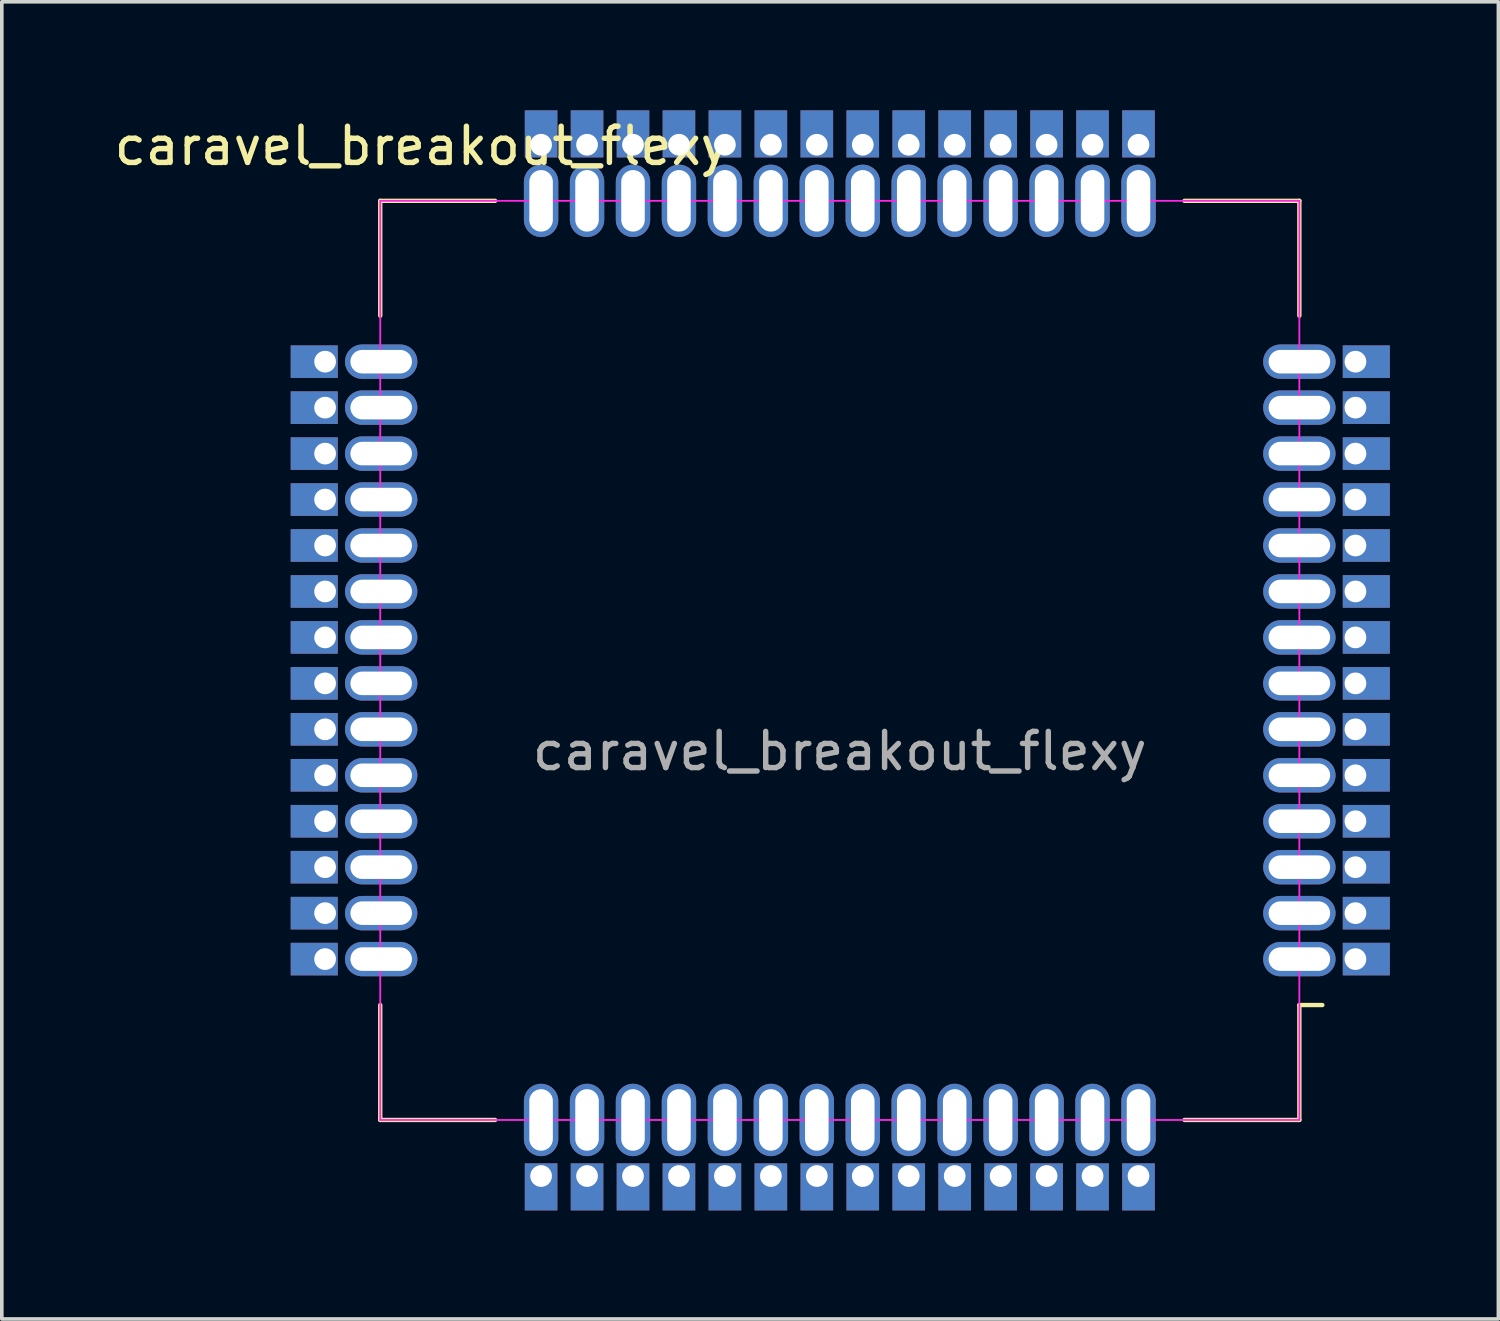
<source format=kicad_pcb>
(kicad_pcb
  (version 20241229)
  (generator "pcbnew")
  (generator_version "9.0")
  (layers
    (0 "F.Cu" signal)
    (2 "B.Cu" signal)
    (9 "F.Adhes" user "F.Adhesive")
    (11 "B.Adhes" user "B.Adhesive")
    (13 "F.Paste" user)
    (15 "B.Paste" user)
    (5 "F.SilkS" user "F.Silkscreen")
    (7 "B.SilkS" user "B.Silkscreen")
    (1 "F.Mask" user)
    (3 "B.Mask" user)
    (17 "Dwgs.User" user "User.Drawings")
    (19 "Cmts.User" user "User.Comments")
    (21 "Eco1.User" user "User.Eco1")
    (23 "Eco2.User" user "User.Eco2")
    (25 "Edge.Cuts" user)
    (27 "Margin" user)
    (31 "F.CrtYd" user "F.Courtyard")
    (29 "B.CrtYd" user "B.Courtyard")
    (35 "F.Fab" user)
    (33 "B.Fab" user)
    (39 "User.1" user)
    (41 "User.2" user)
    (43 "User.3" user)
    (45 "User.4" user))
  (footprint "caravel_breakout_flexy"
    (layer "F.Cu")
    (at 20.158 15.207)
    (property "Reference" "caravel_breakout_flexy" (at -11.557 -14.224 0) (unlocked yes) (layer "F.SilkS") (effects (font (size 1 1) (thickness 0.15))))
    (attr smd)
    (fp_line (start -12.7 -12.707) (end -9.525 -12.707) (stroke (width 0.12) (type solid)) (layer "F.SilkS"))
    (fp_line (start -12.7 -9.532) (end -12.7 -12.707) (stroke (width 0.12) (type solid)) (layer "F.SilkS"))
    (fp_line (start -12.7 9.518) (end -12.7 12.693) (stroke (width 0.12) (type solid)) (layer "F.SilkS"))
    (fp_line (start -12.7 12.693) (end -9.525 12.693) (stroke (width 0.12) (type solid)) (layer "F.SilkS"))
    (fp_line (start 9.525 -12.707) (end 12.7 -12.707) (stroke (width 0.12) (type solid)) (layer "F.SilkS"))
    (fp_line (start 9.525 12.693) (end 12.7 12.693) (stroke (width 0.12) (type solid)) (layer "F.SilkS"))
    (fp_line (start 12.7 -12.707) (end 12.7 -9.532) (stroke (width 0.12) (type solid)) (layer "F.SilkS"))
    (fp_line (start 12.7 9.518) (end 13.335 9.518) (stroke (width 0.12) (type solid)) (layer "F.SilkS"))
    (fp_line (start 12.7 12.693) (end 12.7 9.518) (stroke (width 0.12) (type solid)) (layer "F.SilkS"))
    (fp_line (start -12.7 -12.707) (end 12.7 -12.707) (stroke (width 0.05) (type solid)) (layer "F.CrtYd"))
    (fp_line (start -12.7 12.693) (end -12.7 -12.707) (stroke (width 0.05) (type solid)) (layer "F.CrtYd"))
    (fp_line (start -12.7 12.693) (end 12.7 12.693) (stroke (width 0.05) (type solid)) (layer "F.CrtYd"))
    (fp_line (start 12.7 12.693) (end 12.7 -12.707) (stroke (width 0.05) (type solid)) (layer "F.CrtYd"))
    (fp_text user "${REFERENCE}" (at 0 2.5 0) (unlocked yes) (layer "F.Fab") (effects (font (size 1 1) (thickness 0.15))))
    (pad "1" thru_hole oval (at 12.7 8.248 180) (size 2 0.95) (drill oval 1.7 0.65) (layers "*.Cu" "*.Mask"))
    (pad "1" thru_hole rect (at 14.25 8.248 180) (size 1.3 0.9) (drill 0.6 (offset -0.3 0)) (layers "*.Cu" "*.Mask"))
    (pad "2" thru_hole oval (at 12.7 6.978 180) (size 2 0.95) (drill oval 1.7 0.65) (layers "*.Cu" "*.Mask"))
    (pad "2" thru_hole rect (at 14.25 6.978 180) (size 1.3 0.9) (drill 0.6 (offset -0.3 0)) (layers "*.Cu" "*.Mask"))
    (pad "3" thru_hole oval (at 12.7 5.708 180) (size 2 0.95) (drill oval 1.7 0.65) (layers "*.Cu" "*.Mask"))
    (pad "3" thru_hole rect (at 14.25 5.708 180) (size 1.3 0.9) (drill 0.6 (offset -0.3 0)) (layers "*.Cu" "*.Mask"))
    (pad "4" thru_hole oval (at 12.7 4.438 180) (size 2 0.95) (drill oval 1.7 0.65) (layers "*.Cu" "*.Mask"))
    (pad "4" thru_hole rect (at 14.25 4.438 180) (size 1.3 0.9) (drill 0.6 (offset -0.3 0)) (layers "*.Cu" "*.Mask"))
    (pad "5" thru_hole oval (at 12.7 3.168 180) (size 2 0.95) (drill oval 1.7 0.65) (layers "*.Cu" "*.Mask"))
    (pad "5" thru_hole rect (at 14.25 3.168 180) (size 1.3 0.9) (drill 0.6 (offset -0.3 0)) (layers "*.Cu" "*.Mask"))
    (pad "6" thru_hole oval (at 12.7 1.898 180) (size 2 0.95) (drill oval 1.7 0.65) (layers "*.Cu" "*.Mask"))
    (pad "6" thru_hole rect (at 14.25 1.898 180) (size 1.3 0.9) (drill 0.6 (offset -0.3 0)) (layers "*.Cu" "*.Mask"))
    (pad "7" thru_hole oval (at 12.7 0.628 180) (size 2 0.95) (drill oval 1.7 0.65) (layers "*.Cu" "*.Mask"))
    (pad "7" thru_hole rect (at 14.25 0.628 180) (size 1.3 0.9) (drill 0.6 (offset -0.3 0)) (layers "*.Cu" "*.Mask"))
    (pad "8" thru_hole oval (at 12.7 -0.642 180) (size 2 0.95) (drill oval 1.7 0.65) (layers "*.Cu" "*.Mask"))
    (pad "8" thru_hole rect (at 14.25 -0.642 180) (size 1.3 0.9) (drill 0.6 (offset -0.3 0)) (layers "*.Cu" "*.Mask"))
    (pad "9" thru_hole oval (at 12.7 -1.912 180) (size 2 0.95) (drill oval 1.7 0.65) (layers "*.Cu" "*.Mask"))
    (pad "9" thru_hole rect (at 14.25 -1.912 180) (size 1.3 0.9) (drill 0.6 (offset -0.3 0)) (layers "*.Cu" "*.Mask"))
    (pad "10" thru_hole oval (at 12.7 -3.182 180) (size 2 0.95) (drill oval 1.7 0.65) (layers "*.Cu" "*.Mask"))
    (pad "10" thru_hole rect (at 14.25 -3.182 180) (size 1.3 0.9) (drill 0.6 (offset -0.3 0)) (layers "*.Cu" "*.Mask"))
    (pad "11" thru_hole oval (at 12.7 -4.452 180) (size 2 0.95) (drill oval 1.7 0.65) (layers "*.Cu" "*.Mask"))
    (pad "11" thru_hole rect (at 14.25 -4.452 180) (size 1.3 0.9) (drill 0.6 (offset -0.3 0)) (layers "*.Cu" "*.Mask"))
    (pad "12" thru_hole oval (at 12.7 -5.722 180) (size 2 0.95) (drill oval 1.7 0.65) (layers "*.Cu" "*.Mask"))
    (pad "12" thru_hole rect (at 14.25 -5.722 180) (size 1.3 0.9) (drill 0.6 (offset -0.3 0)) (layers "*.Cu" "*.Mask"))
    (pad "13" thru_hole oval (at 12.7 -6.992 180) (size 2 0.95) (drill oval 1.7 0.65) (layers "*.Cu" "*.Mask"))
    (pad "13" thru_hole rect (at 14.25 -6.992 180) (size 1.3 0.9) (drill 0.6 (offset -0.3 0)) (layers "*.Cu" "*.Mask"))
    (pad "14" thru_hole oval (at 12.7 -8.262 180) (size 2 0.95) (drill oval 1.7 0.65) (layers "*.Cu" "*.Mask"))
    (pad "14" thru_hole rect (at 14.25 -8.262 180) (size 1.3 0.9) (drill 0.6 (offset -0.3 0)) (layers "*.Cu" "*.Mask"))
    (pad "15" thru_hole rect (at 8.255 -14.257 270) (size 1.3 0.9) (drill 0.6 (offset -0.3 0)) (layers "*.Cu" "*.Mask"))
    (pad "15" thru_hole oval (at 8.255 -12.707 270) (size 2 0.95) (drill oval 1.7 0.65) (layers "*.Cu" "*.Mask"))
    (pad "16" thru_hole rect (at 6.985 -14.257 270) (size 1.3 0.9) (drill 0.6 (offset -0.3 0)) (layers "*.Cu" "*.Mask"))
    (pad "16" thru_hole oval (at 6.985 -12.707 270) (size 2 0.95) (drill oval 1.7 0.65) (layers "*.Cu" "*.Mask"))
    (pad "17" thru_hole rect (at 5.715 -14.257 270) (size 1.3 0.9) (drill 0.6 (offset -0.3 0)) (layers "*.Cu" "*.Mask"))
    (pad "17" thru_hole oval (at 5.715 -12.707 270) (size 2 0.95) (drill oval 1.7 0.65) (layers "*.Cu" "*.Mask"))
    (pad "18" thru_hole rect (at 4.445 -14.257 270) (size 1.3 0.9) (drill 0.6 (offset -0.3 0)) (layers "*.Cu" "*.Mask"))
    (pad "18" thru_hole oval (at 4.445 -12.707 270) (size 2 0.95) (drill oval 1.7 0.65) (layers "*.Cu" "*.Mask"))
    (pad "19" thru_hole rect (at 3.175 -14.257 270) (size 1.3 0.9) (drill 0.6 (offset -0.3 0)) (layers "*.Cu" "*.Mask"))
    (pad "19" thru_hole oval (at 3.175 -12.707 270) (size 2 0.95) (drill oval 1.7 0.65) (layers "*.Cu" "*.Mask"))
    (pad "20" thru_hole rect (at 1.905 -14.257 270) (size 1.3 0.9) (drill 0.6 (offset -0.3 0)) (layers "*.Cu" "*.Mask"))
    (pad "20" thru_hole oval (at 1.905 -12.707 270) (size 2 0.95) (drill oval 1.7 0.65) (layers "*.Cu" "*.Mask"))
    (pad "21" thru_hole rect (at 0.635 -14.257 270) (size 1.3 0.9) (drill 0.6 (offset -0.3 0)) (layers "*.Cu" "*.Mask"))
    (pad "21" thru_hole oval (at 0.635 -12.707 270) (size 2 0.95) (drill oval 1.7 0.65) (layers "*.Cu" "*.Mask"))
    (pad "22" thru_hole rect (at -0.635 -14.257 270) (size 1.3 0.9) (drill 0.6 (offset -0.3 0)) (layers "*.Cu" "*.Mask"))
    (pad "22" thru_hole oval (at -0.635 -12.707 270) (size 2 0.95) (drill oval 1.7 0.65) (layers "*.Cu" "*.Mask"))
    (pad "23" thru_hole rect (at -1.905 -14.257 270) (size 1.3 0.9) (drill 0.6 (offset -0.3 0)) (layers "*.Cu" "*.Mask"))
    (pad "23" thru_hole oval (at -1.905 -12.707 270) (size 2 0.95) (drill oval 1.7 0.65) (layers "*.Cu" "*.Mask"))
    (pad "24" thru_hole rect (at -3.175 -14.257 270) (size 1.3 0.9) (drill 0.6 (offset -0.3 0)) (layers "*.Cu" "*.Mask"))
    (pad "24" thru_hole oval (at -3.175 -12.707 270) (size 2 0.95) (drill oval 1.7 0.65) (layers "*.Cu" "*.Mask"))
    (pad "25" thru_hole rect (at -4.445 -14.257 270) (size 1.3 0.9) (drill 0.6 (offset -0.3 0)) (layers "*.Cu" "*.Mask"))
    (pad "25" thru_hole oval (at -4.445 -12.707 270) (size 2 0.95) (drill oval 1.7 0.65) (layers "*.Cu" "*.Mask"))
    (pad "26" thru_hole rect (at -5.715 -14.257 270) (size 1.3 0.9) (drill 0.6 (offset -0.3 0)) (layers "*.Cu" "*.Mask"))
    (pad "26" thru_hole oval (at -5.715 -12.707 270) (size 2 0.95) (drill oval 1.7 0.65) (layers "*.Cu" "*.Mask"))
    (pad "27" thru_hole rect (at -6.985 -14.257 270) (size 1.3 0.9) (drill 0.6 (offset -0.3 0)) (layers "*.Cu" "*.Mask"))
    (pad "27" thru_hole oval (at -6.985 -12.707 270) (size 2 0.95) (drill oval 1.7 0.65) (layers "*.Cu" "*.Mask"))
    (pad "28" thru_hole rect (at -8.255 -14.257 270) (size 1.3 0.9) (drill 0.6 (offset -0.3 0)) (layers "*.Cu" "*.Mask"))
    (pad "28" thru_hole oval (at -8.255 -12.707 270) (size 2 0.95) (drill oval 1.7 0.65) (layers "*.Cu" "*.Mask"))
    (pad "29" thru_hole rect (at -14.224 -8.262) (size 1.3 0.9) (drill 0.6 (offset -0.3 0)) (layers "*.Cu" "*.Mask"))
    (pad "29" thru_hole oval (at -12.674 -8.262) (size 2 0.95) (drill oval 1.7 0.65) (layers "*.Cu" "*.Mask"))
    (pad "30" thru_hole rect (at -14.224 -6.992) (size 1.3 0.9) (drill 0.6 (offset -0.3 0)) (layers "*.Cu" "*.Mask"))
    (pad "30" thru_hole oval (at -12.674 -6.992) (size 2 0.95) (drill oval 1.7 0.65) (layers "*.Cu" "*.Mask"))
    (pad "31" thru_hole rect (at -14.224 -5.722) (size 1.3 0.9) (drill 0.6 (offset -0.3 0)) (layers "*.Cu" "*.Mask"))
    (pad "31" thru_hole oval (at -12.674 -5.722) (size 2 0.95) (drill oval 1.7 0.65) (layers "*.Cu" "*.Mask"))
    (pad "32" thru_hole rect (at -14.224 -4.452) (size 1.3 0.9) (drill 0.6 (offset -0.3 0)) (layers "*.Cu" "*.Mask"))
    (pad "32" thru_hole oval (at -12.674 -4.452) (size 2 0.95) (drill oval 1.7 0.65) (layers "*.Cu" "*.Mask"))
    (pad "33" thru_hole rect (at -14.224 -3.182) (size 1.3 0.9) (drill 0.6 (offset -0.3 0)) (layers "*.Cu" "*.Mask"))
    (pad "33" thru_hole oval (at -12.674 -3.182) (size 2 0.95) (drill oval 1.7 0.65) (layers "*.Cu" "*.Mask"))
    (pad "34" thru_hole rect (at -14.224 -1.912) (size 1.3 0.9) (drill 0.6 (offset -0.3 0)) (layers "*.Cu" "*.Mask"))
    (pad "34" thru_hole oval (at -12.674 -1.912) (size 2 0.95) (drill oval 1.7 0.65) (layers "*.Cu" "*.Mask"))
    (pad "35" thru_hole rect (at -14.224 -0.642) (size 1.3 0.9) (drill 0.6 (offset -0.3 0)) (layers "*.Cu" "*.Mask"))
    (pad "35" thru_hole oval (at -12.674 -0.642) (size 2 0.95) (drill oval 1.7 0.65) (layers "*.Cu" "*.Mask"))
    (pad "36" thru_hole rect (at -14.224 0.628) (size 1.3 0.9) (drill 0.6 (offset -0.3 0)) (layers "*.Cu" "*.Mask"))
    (pad "36" thru_hole oval (at -12.674 0.628) (size 2 0.95) (drill oval 1.7 0.65) (layers "*.Cu" "*.Mask"))
    (pad "37" thru_hole rect (at -14.224 1.898) (size 1.3 0.9) (drill 0.6 (offset -0.3 0)) (layers "*.Cu" "*.Mask"))
    (pad "37" thru_hole oval (at -12.674 1.898) (size 2 0.95) (drill oval 1.7 0.65) (layers "*.Cu" "*.Mask"))
    (pad "38" thru_hole rect (at -14.224 3.168) (size 1.3 0.9) (drill 0.6 (offset -0.3 0)) (layers "*.Cu" "*.Mask"))
    (pad "38" thru_hole oval (at -12.674 3.168) (size 2 0.95) (drill oval 1.7 0.65) (layers "*.Cu" "*.Mask"))
    (pad "39" thru_hole rect (at -14.224 4.438) (size 1.3 0.9) (drill 0.6 (offset -0.3 0)) (layers "*.Cu" "*.Mask"))
    (pad "39" thru_hole oval (at -12.674 4.438) (size 2 0.95) (drill oval 1.7 0.65) (layers "*.Cu" "*.Mask"))
    (pad "40" thru_hole rect (at -14.224 5.708) (size 1.3 0.9) (drill 0.6 (offset -0.3 0)) (layers "*.Cu" "*.Mask"))
    (pad "40" thru_hole oval (at -12.674 5.708) (size 2 0.95) (drill oval 1.7 0.65) (layers "*.Cu" "*.Mask"))
    (pad "41" thru_hole rect (at -14.224 6.978) (size 1.3 0.9) (drill 0.6 (offset -0.3 0)) (layers "*.Cu" "*.Mask"))
    (pad "41" thru_hole oval (at -12.674 6.978) (size 2 0.95) (drill oval 1.7 0.65) (layers "*.Cu" "*.Mask"))
    (pad "42" thru_hole rect (at -14.224 8.248) (size 1.3 0.9) (drill 0.6 (offset -0.3 0)) (layers "*.Cu" "*.Mask"))
    (pad "42" thru_hole oval (at -12.674 8.248) (size 2 0.95) (drill oval 1.7 0.65) (layers "*.Cu" "*.Mask"))
    (pad "43" thru_hole oval (at -8.255 12.693 90) (size 2 0.95) (drill oval 1.7 0.65) (layers "*.Cu" "*.Mask"))
    (pad "43" thru_hole rect (at -8.255 14.243 90) (size 1.3 0.9) (drill 0.6 (offset -0.3 0)) (layers "*.Cu" "*.Mask"))
    (pad "44" thru_hole oval (at -6.985 12.693 90) (size 2 0.95) (drill oval 1.7 0.65) (layers "*.Cu" "*.Mask"))
    (pad "44" thru_hole rect (at -6.985 14.243 90) (size 1.3 0.9) (drill 0.6 (offset -0.3 0)) (layers "*.Cu" "*.Mask"))
    (pad "45" thru_hole oval (at -5.715 12.693 90) (size 2 0.95) (drill oval 1.7 0.65) (layers "*.Cu" "*.Mask"))
    (pad "45" thru_hole rect (at -5.715 14.243 90) (size 1.3 0.9) (drill 0.6 (offset -0.3 0)) (layers "*.Cu" "*.Mask"))
    (pad "46" thru_hole oval (at -4.445 12.693 90) (size 2 0.95) (drill oval 1.7 0.65) (layers "*.Cu" "*.Mask"))
    (pad "46" thru_hole rect (at -4.445 14.243 90) (size 1.3 0.9) (drill 0.6 (offset -0.3 0)) (layers "*.Cu" "*.Mask"))
    (pad "47" thru_hole oval (at -3.175 12.693 90) (size 2 0.95) (drill oval 1.7 0.65) (layers "*.Cu" "*.Mask"))
    (pad "47" thru_hole rect (at -3.175 14.243 90) (size 1.3 0.9) (drill 0.6 (offset -0.3 0)) (layers "*.Cu" "*.Mask"))
    (pad "48" thru_hole oval (at -1.905 12.693 90) (size 2 0.95) (drill oval 1.7 0.65) (layers "*.Cu" "*.Mask"))
    (pad "48" thru_hole rect (at -1.905 14.243 90) (size 1.3 0.9) (drill 0.6 (offset -0.3 0)) (layers "*.Cu" "*.Mask"))
    (pad "49" thru_hole oval (at -0.635 12.693 90) (size 2 0.95) (drill oval 1.7 0.65) (layers "*.Cu" "*.Mask"))
    (pad "49" thru_hole rect (at -0.635 14.243 90) (size 1.3 0.9) (drill 0.6 (offset -0.3 0)) (layers "*.Cu" "*.Mask"))
    (pad "50" thru_hole oval (at 0.635 12.693 90) (size 2 0.95) (drill oval 1.7 0.65) (layers "*.Cu" "*.Mask"))
    (pad "50" thru_hole rect (at 0.635 14.243 90) (size 1.3 0.9) (drill 0.6 (offset -0.3 0)) (layers "*.Cu" "*.Mask"))
    (pad "51" thru_hole oval (at 1.905 12.693 90) (size 2 0.95) (drill oval 1.7 0.65) (layers "*.Cu" "*.Mask"))
    (pad "51" thru_hole rect (at 1.905 14.243 90) (size 1.3 0.9) (drill 0.6 (offset -0.3 0)) (layers "*.Cu" "*.Mask"))
    (pad "52" thru_hole oval (at 3.175 12.693 90) (size 2 0.95) (drill oval 1.7 0.65) (layers "*.Cu" "*.Mask"))
    (pad "52" thru_hole rect (at 3.175 14.243 90) (size 1.3 0.9) (drill 0.6 (offset -0.3 0)) (layers "*.Cu" "*.Mask"))
    (pad "53" thru_hole oval (at 4.445 12.693 90) (size 2 0.95) (drill oval 1.7 0.65) (layers "*.Cu" "*.Mask"))
    (pad "53" thru_hole rect (at 4.445 14.243 90) (size 1.3 0.9) (drill 0.6 (offset -0.3 0)) (layers "*.Cu" "*.Mask"))
    (pad "54" thru_hole oval (at 5.715 12.693 90) (size 2 0.95) (drill oval 1.7 0.65) (layers "*.Cu" "*.Mask"))
    (pad "54" thru_hole rect (at 5.715 14.243 90) (size 1.3 0.9) (drill 0.6 (offset -0.3 0)) (layers "*.Cu" "*.Mask"))
    (pad "55" thru_hole oval (at 6.985 12.693 90) (size 2 0.95) (drill oval 1.7 0.65) (layers "*.Cu" "*.Mask"))
    (pad "55" thru_hole rect (at 6.985 14.243 90) (size 1.3 0.9) (drill 0.6 (offset -0.3 0)) (layers "*.Cu" "*.Mask"))
    (pad "56" thru_hole oval (at 8.255 12.693 90) (size 2 0.95) (drill oval 1.7 0.65) (layers "*.Cu" "*.Mask"))
    (pad "56" thru_hole rect (at 8.255 14.243 90) (size 1.3 0.9) (drill 0.6 (offset -0.3 0)) (layers "*.Cu" "*.Mask")))
  (gr_rect
    (start -3 -3)
    (end 38.358 33.4)
    (stroke (width 0.1) (type default))
    (fill no)
    (layer "Edge.Cuts")))
</source>
